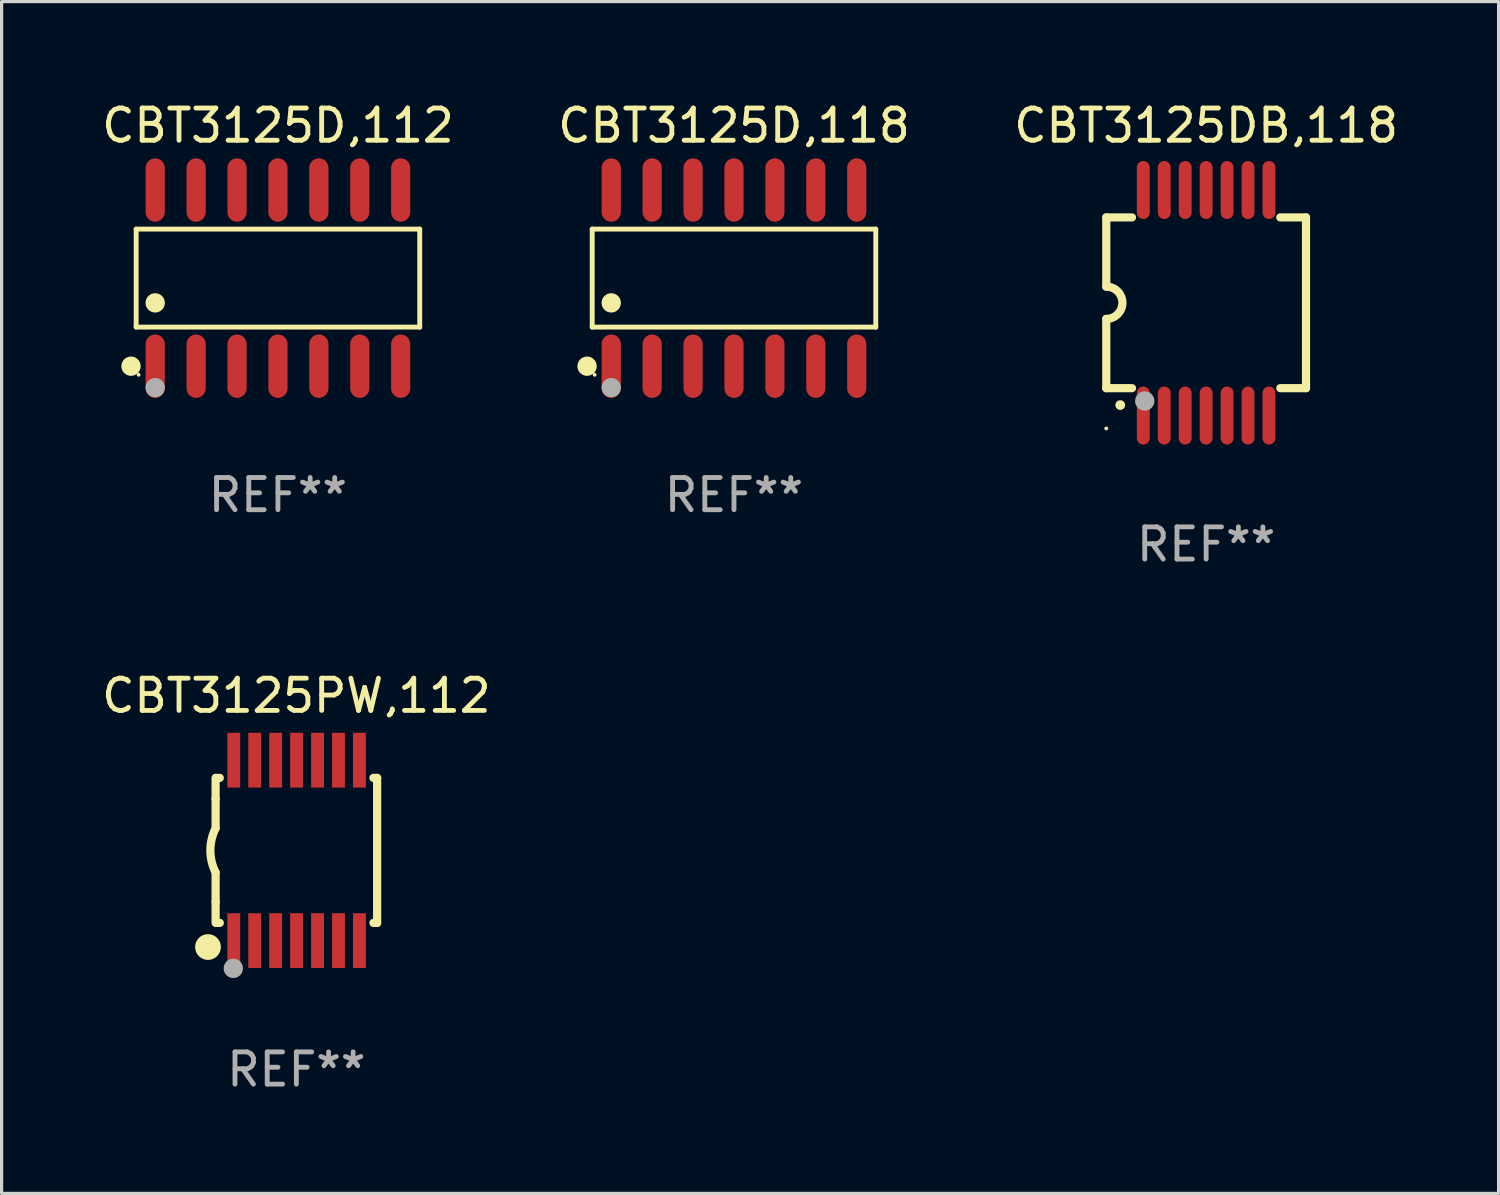
<source format=kicad_pcb>
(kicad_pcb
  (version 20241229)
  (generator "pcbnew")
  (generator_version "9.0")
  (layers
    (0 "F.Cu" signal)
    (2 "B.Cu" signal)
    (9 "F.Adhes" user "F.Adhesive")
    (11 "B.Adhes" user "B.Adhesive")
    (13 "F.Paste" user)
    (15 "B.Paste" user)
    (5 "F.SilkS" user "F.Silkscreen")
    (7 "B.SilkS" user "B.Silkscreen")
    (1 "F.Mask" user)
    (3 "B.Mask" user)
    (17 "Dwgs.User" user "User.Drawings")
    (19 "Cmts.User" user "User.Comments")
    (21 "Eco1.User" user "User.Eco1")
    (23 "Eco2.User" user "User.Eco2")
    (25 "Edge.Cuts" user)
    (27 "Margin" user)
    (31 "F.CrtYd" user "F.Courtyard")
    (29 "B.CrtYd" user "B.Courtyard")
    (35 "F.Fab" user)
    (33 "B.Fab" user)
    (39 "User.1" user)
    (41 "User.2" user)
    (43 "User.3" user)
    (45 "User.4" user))
  (footprint "CBT3125D,118"
    (layer "F.Cu")
    (at 19.732 5.582)
    (property "Reference" "CBT3125D,118" (at 0 -4.734 0) (layer "F.SilkS") (effects (font (size 1 1) (thickness 0.15))))
    (attr through_hole)
    (fp_line (start -4.401 -1.521) (end 4.401 -1.521) (stroke (width 0.152) (type solid)) (layer "F.SilkS"))
    (fp_line (start -4.401 1.521) (end -4.401 -1.521) (stroke (width 0.152) (type solid)) (layer "F.SilkS"))
    (fp_line (start 4.401 -1.521) (end 4.401 1.521) (stroke (width 0.152) (type solid)) (layer "F.SilkS"))
    (fp_line (start 4.401 1.521) (end -4.401 1.521) (stroke (width 0.152) (type solid)) (layer "F.SilkS"))
    (fp_circle (center -4.56 2.734) (end -4.41 2.734) (stroke (width 0.3) (type solid)) (fill no) (layer "F.SilkS"))
    (fp_circle (center -4.325 3) (end -4.295 3) (stroke (width 0.06) (type solid)) (fill no) (layer "F.SilkS"))
    (fp_circle (center -3.81 0.769) (end -3.66 0.769) (stroke (width 0.3) (type solid)) (fill no) (layer "F.SilkS"))
    (fp_circle (center -3.81 3.4) (end -3.66 3.4) (stroke (width 0.3) (type solid)) (fill no) (layer "F.Fab"))
    (fp_text user "REF**" (at 0 6.734 0) (layer "F.Fab") (effects (font (size 1 1) (thickness 0.15))))
    (pad "1" smd oval (at -3.81 2.734) (size 0.595 1.968) (layers "F.Cu" "F.Mask" "F.Paste"))
    (pad "2" smd oval (at -2.54 2.734) (size 0.595 1.968) (layers "F.Cu" "F.Mask" "F.Paste"))
    (pad "3" smd oval (at -1.27 2.734) (size 0.595 1.968) (layers "F.Cu" "F.Mask" "F.Paste"))
    (pad "4" smd oval (at 0 2.734) (size 0.595 1.968) (layers "F.Cu" "F.Mask" "F.Paste"))
    (pad "5" smd oval (at 1.27 2.734) (size 0.595 1.968) (layers "F.Cu" "F.Mask" "F.Paste"))
    (pad "6" smd oval (at 2.54 2.734) (size 0.595 1.968) (layers "F.Cu" "F.Mask" "F.Paste"))
    (pad "7" smd oval (at 3.81 2.734) (size 0.595 1.968) (layers "F.Cu" "F.Mask" "F.Paste"))
    (pad "8" smd oval (at 3.81 -2.734) (size 0.595 1.968) (layers "F.Cu" "F.Mask" "F.Paste"))
    (pad "9" smd oval (at 2.54 -2.734) (size 0.595 1.968) (layers "F.Cu" "F.Mask" "F.Paste"))
    (pad "10" smd oval (at 1.27 -2.734) (size 0.595 1.968) (layers "F.Cu" "F.Mask" "F.Paste"))
    (pad "11" smd oval (at 0 -2.734) (size 0.595 1.968) (layers "F.Cu" "F.Mask" "F.Paste"))
    (pad "12" smd oval (at -1.27 -2.734) (size 0.595 1.968) (layers "F.Cu" "F.Mask" "F.Paste"))
    (pad "13" smd oval (at -2.54 -2.734) (size 0.595 1.968) (layers "F.Cu" "F.Mask" "F.Paste"))
    (pad "14" smd oval (at -3.81 -2.734) (size 0.595 1.968) (layers "F.Cu" "F.Mask" "F.Paste")))
  (footprint "CBT3125DB,118"
    (layer "F.Cu")
    (at 34.387 6.348)
    (property "Reference" "CBT3125DB,118" (at 0 -5.5 0) (layer "F.SilkS") (effects (font (size 1 1) (thickness 0.15))))
    (attr through_hole)
    (fp_line (start -3.1 2.65) (end -3.1 0.5) (stroke (width 0.254) (type solid)) (layer "F.SilkS"))
    (fp_line (start -3.099 -2.65) (end -2.301 -2.65) (stroke (width 0.254) (type solid)) (layer "F.SilkS"))
    (fp_line (start -3.099 -0.5) (end -3.099 -2.65) (stroke (width 0.254) (type solid)) (layer "F.SilkS"))
    (fp_line (start -2.301 2.65) (end -3.1 2.65) (stroke (width 0.254) (type solid)) (layer "F.SilkS"))
    (fp_line (start 2.301 -2.65) (end 3.1 -2.65) (stroke (width 0.254) (type solid)) (layer "F.SilkS"))
    (fp_line (start 3.1 -2.65) (end 3.1 2.65) (stroke (width 0.254) (type solid)) (layer "F.SilkS"))
    (fp_line (start 3.1 2.65) (end 2.301 2.65) (stroke (width 0.254) (type solid)) (layer "F.SilkS"))
    (fp_arc (start -3.098806 -0.500381) (mid -2.598806 0) (end -3.098806 0.500381) (stroke (width 0.254001) (type solid)) (layer "F.SilkS"))
    (fp_arc (start -2.667005 3.175006) (mid -2.665735 3.175001) (end -2.664465 3.175006) (stroke (width 0.3) (type solid)) (layer "F.SilkS"))
    (fp_circle (center -3.1 3.9) (end -3.07 3.9) (stroke (width 0.06) (type solid)) (fill no) (layer "F.SilkS"))
    (fp_circle (center -1.905 3.048) (end -1.755 3.048) (stroke (width 0.3) (type solid)) (fill no) (layer "F.Fab"))
    (fp_text user "REF**" (at 0 7.5 0) (layer "F.Fab") (effects (font (size 1 1) (thickness 0.15))))
    (pad "1" smd oval (at -1.95 3.5 270) (size 1.8 0.4) (layers "F.Cu" "F.Mask" "F.Paste"))
    (pad "2" smd oval (at -1.3 3.5 270) (size 1.8 0.4) (layers "F.Cu" "F.Mask" "F.Paste"))
    (pad "3" smd oval (at -0.65 3.5 270) (size 1.8 0.4) (layers "F.Cu" "F.Mask" "F.Paste"))
    (pad "4" smd oval (at 0 3.5 270) (size 1.8 0.4) (layers "F.Cu" "F.Mask" "F.Paste"))
    (pad "5" smd oval (at 0.65 3.5 270) (size 1.8 0.4) (layers "F.Cu" "F.Mask" "F.Paste"))
    (pad "6" smd oval (at 1.3 3.5 270) (size 1.8 0.4) (layers "F.Cu" "F.Mask" "F.Paste"))
    (pad "7" smd oval (at 1.95 3.5 270) (size 1.8 0.4) (layers "F.Cu" "F.Mask" "F.Paste"))
    (pad "8" smd oval (at 1.95 -3.5 90) (size 1.8 0.4) (layers "F.Cu" "F.Mask" "F.Paste"))
    (pad "9" smd oval (at 1.3 -3.5 90) (size 1.8 0.4) (layers "F.Cu" "F.Mask" "F.Paste"))
    (pad "10" smd oval (at 0.65 -3.5 90) (size 1.8 0.4) (layers "F.Cu" "F.Mask" "F.Paste"))
    (pad "11" smd oval (at 0 -3.5 90) (size 1.8 0.4) (layers "F.Cu" "F.Mask" "F.Paste"))
    (pad "12" smd oval (at -0.65 -3.5 90) (size 1.8 0.4) (layers "F.Cu" "F.Mask" "F.Paste"))
    (pad "13" smd oval (at -1.3 -3.5 90) (size 1.8 0.4) (layers "F.Cu" "F.Mask" "F.Paste"))
    (pad "14" smd oval (at -1.95 -3.5 90) (size 1.8 0.4) (layers "F.Cu" "F.Mask" "F.Paste")))
  (footprint "CBT3125PW,112"
    (layer "F.Cu")
    (at 6.149 23.345)
    (property "Reference" "CBT3125PW,112" (at 0 -4.8 0) (layer "F.SilkS") (effects (font (size 1 1) (thickness 0.15))))
    (attr through_hole)
    (fp_line (start -2.507 -1.6) (end -2.507 -2.25) (stroke (width 0.254) (type solid)) (layer "F.SilkS"))
    (fp_line (start -2.507 -0.686) (end -2.507 -1.6) (stroke (width 0.254) (type solid)) (layer "F.SilkS"))
    (fp_line (start -2.507 1.6) (end -2.507 0.686) (stroke (width 0.254) (type solid)) (layer "F.SilkS"))
    (fp_line (start -2.507 1.6) (end -2.507 2.25) (stroke (width 0.254) (type solid)) (layer "F.SilkS"))
    (fp_line (start -2.493 -2.25) (end -2.377 -2.25) (stroke (width 0.254) (type solid)) (layer "F.SilkS"))
    (fp_line (start -2.377 2.25) (end -2.493 2.25) (stroke (width 0.254) (type solid)) (layer "F.SilkS"))
    (fp_line (start 2.392 -2.25) (end 2.507 -2.25) (stroke (width 0.254) (type solid)) (layer "F.SilkS"))
    (fp_line (start 2.507 -2.25) (end 2.507 2.25) (stroke (width 0.254) (type solid)) (layer "F.SilkS"))
    (fp_line (start 2.507 2.25) (end 2.392 2.25) (stroke (width 0.254) (type solid)) (layer "F.SilkS"))
    (fp_arc (start -2.507303 0.685802) (mid -2.669199 0) (end -2.507303 -0.685801) (stroke (width 0.254001) (type solid)) (layer "F.SilkS"))
    (fp_circle (center -2.743 3) (end -2.543 3) (stroke (width 0.4) (type solid)) (fill no) (layer "F.SilkS"))
    (fp_circle (center -2.493 3.2) (end -2.463 3.2) (stroke (width 0.06) (type solid)) (fill no) (layer "F.SilkS"))
    (fp_circle (center -1.957 3.662) (end -1.807 3.662) (stroke (width 0.3) (type solid)) (fill no) (layer "F.Fab"))
    (fp_text user "REF**" (at 0 6.8 0) (layer "F.Fab") (effects (font (size 1 1) (thickness 0.15))))
    (pad "1" smd rect (at -1.943 2.8) (size 0.4 1.7) (layers "F.Cu" "F.Mask" "F.Paste"))
    (pad "2" smd rect (at -1.293 2.8) (size 0.4 1.7) (layers "F.Cu" "F.Mask" "F.Paste"))
    (pad "3" smd rect (at -0.643 2.8) (size 0.4 1.7) (layers "F.Cu" "F.Mask" "F.Paste"))
    (pad "4" smd rect (at 0.007 2.8) (size 0.4 1.7) (layers "F.Cu" "F.Mask" "F.Paste"))
    (pad "5" smd rect (at 0.657 2.8) (size 0.4 1.7) (layers "F.Cu" "F.Mask" "F.Paste"))
    (pad "6" smd rect (at 1.307 2.8) (size 0.4 1.7) (layers "F.Cu" "F.Mask" "F.Paste"))
    (pad "7" smd rect (at 1.957 2.8) (size 0.4 1.7) (layers "F.Cu" "F.Mask" "F.Paste"))
    (pad "8" smd rect (at 1.957 -2.8) (size 0.4 1.7) (layers "F.Cu" "F.Mask" "F.Paste"))
    (pad "9" smd rect (at 1.307 -2.8) (size 0.4 1.7) (layers "F.Cu" "F.Mask" "F.Paste"))
    (pad "10" smd rect (at 0.657 -2.8) (size 0.4 1.7) (layers "F.Cu" "F.Mask" "F.Paste"))
    (pad "11" smd rect (at 0.007 -2.8) (size 0.4 1.7) (layers "F.Cu" "F.Mask" "F.Paste"))
    (pad "12" smd rect (at -0.643 -2.8) (size 0.4 1.7) (layers "F.Cu" "F.Mask" "F.Paste"))
    (pad "13" smd rect (at -1.293 -2.8) (size 0.4 1.7) (layers "F.Cu" "F.Mask" "F.Paste"))
    (pad "14" smd rect (at -1.943 -2.8) (size 0.4 1.7) (layers "F.Cu" "F.Mask" "F.Paste")))
  (footprint "CBT3125D,112"
    (layer "F.Cu")
    (at 5.577 5.582)
    (property "Reference" "CBT3125D,112" (at 0 -4.734 0) (layer "F.SilkS") (effects (font (size 1 1) (thickness 0.15))))
    (attr through_hole)
    (fp_line (start -4.401 -1.521) (end 4.401 -1.521) (stroke (width 0.152) (type solid)) (layer "F.SilkS"))
    (fp_line (start -4.401 1.521) (end -4.401 -1.521) (stroke (width 0.152) (type solid)) (layer "F.SilkS"))
    (fp_line (start 4.401 -1.521) (end 4.401 1.521) (stroke (width 0.152) (type solid)) (layer "F.SilkS"))
    (fp_line (start 4.401 1.521) (end -4.401 1.521) (stroke (width 0.152) (type solid)) (layer "F.SilkS"))
    (fp_circle (center -4.56 2.734) (end -4.41 2.734) (stroke (width 0.3) (type solid)) (fill no) (layer "F.SilkS"))
    (fp_circle (center -4.325 3) (end -4.295 3) (stroke (width 0.06) (type solid)) (fill no) (layer "F.SilkS"))
    (fp_circle (center -3.81 0.769) (end -3.66 0.769) (stroke (width 0.3) (type solid)) (fill no) (layer "F.SilkS"))
    (fp_circle (center -3.81 3.4) (end -3.66 3.4) (stroke (width 0.3) (type solid)) (fill no) (layer "F.Fab"))
    (fp_text user "REF**" (at 0 6.734 0) (layer "F.Fab") (effects (font (size 1 1) (thickness 0.15))))
    (pad "1" smd oval (at -3.81 2.734) (size 0.595 1.968) (layers "F.Cu" "F.Mask" "F.Paste"))
    (pad "2" smd oval (at -2.54 2.734) (size 0.595 1.968) (layers "F.Cu" "F.Mask" "F.Paste"))
    (pad "3" smd oval (at -1.27 2.734) (size 0.595 1.968) (layers "F.Cu" "F.Mask" "F.Paste"))
    (pad "4" smd oval (at 0 2.734) (size 0.595 1.968) (layers "F.Cu" "F.Mask" "F.Paste"))
    (pad "5" smd oval (at 1.27 2.734) (size 0.595 1.968) (layers "F.Cu" "F.Mask" "F.Paste"))
    (pad "6" smd oval (at 2.54 2.734) (size 0.595 1.968) (layers "F.Cu" "F.Mask" "F.Paste"))
    (pad "7" smd oval (at 3.81 2.734) (size 0.595 1.968) (layers "F.Cu" "F.Mask" "F.Paste"))
    (pad "8" smd oval (at 3.81 -2.734) (size 0.595 1.968) (layers "F.Cu" "F.Mask" "F.Paste"))
    (pad "9" smd oval (at 2.54 -2.734) (size 0.595 1.968) (layers "F.Cu" "F.Mask" "F.Paste"))
    (pad "10" smd oval (at 1.27 -2.734) (size 0.595 1.968) (layers "F.Cu" "F.Mask" "F.Paste"))
    (pad "11" smd oval (at 0 -2.734) (size 0.595 1.968) (layers "F.Cu" "F.Mask" "F.Paste"))
    (pad "12" smd oval (at -1.27 -2.734) (size 0.595 1.968) (layers "F.Cu" "F.Mask" "F.Paste"))
    (pad "13" smd oval (at -2.54 -2.734) (size 0.595 1.968) (layers "F.Cu" "F.Mask" "F.Paste"))
    (pad "14" smd oval (at -3.81 -2.734) (size 0.595 1.968) (layers "F.Cu" "F.Mask" "F.Paste")))
  (gr_rect
    (start -3 -3)
    (end 43.464 33.993)
    (stroke (width 0.1) (type default))
    (fill no)
    (layer "Edge.Cuts")))
</source>
